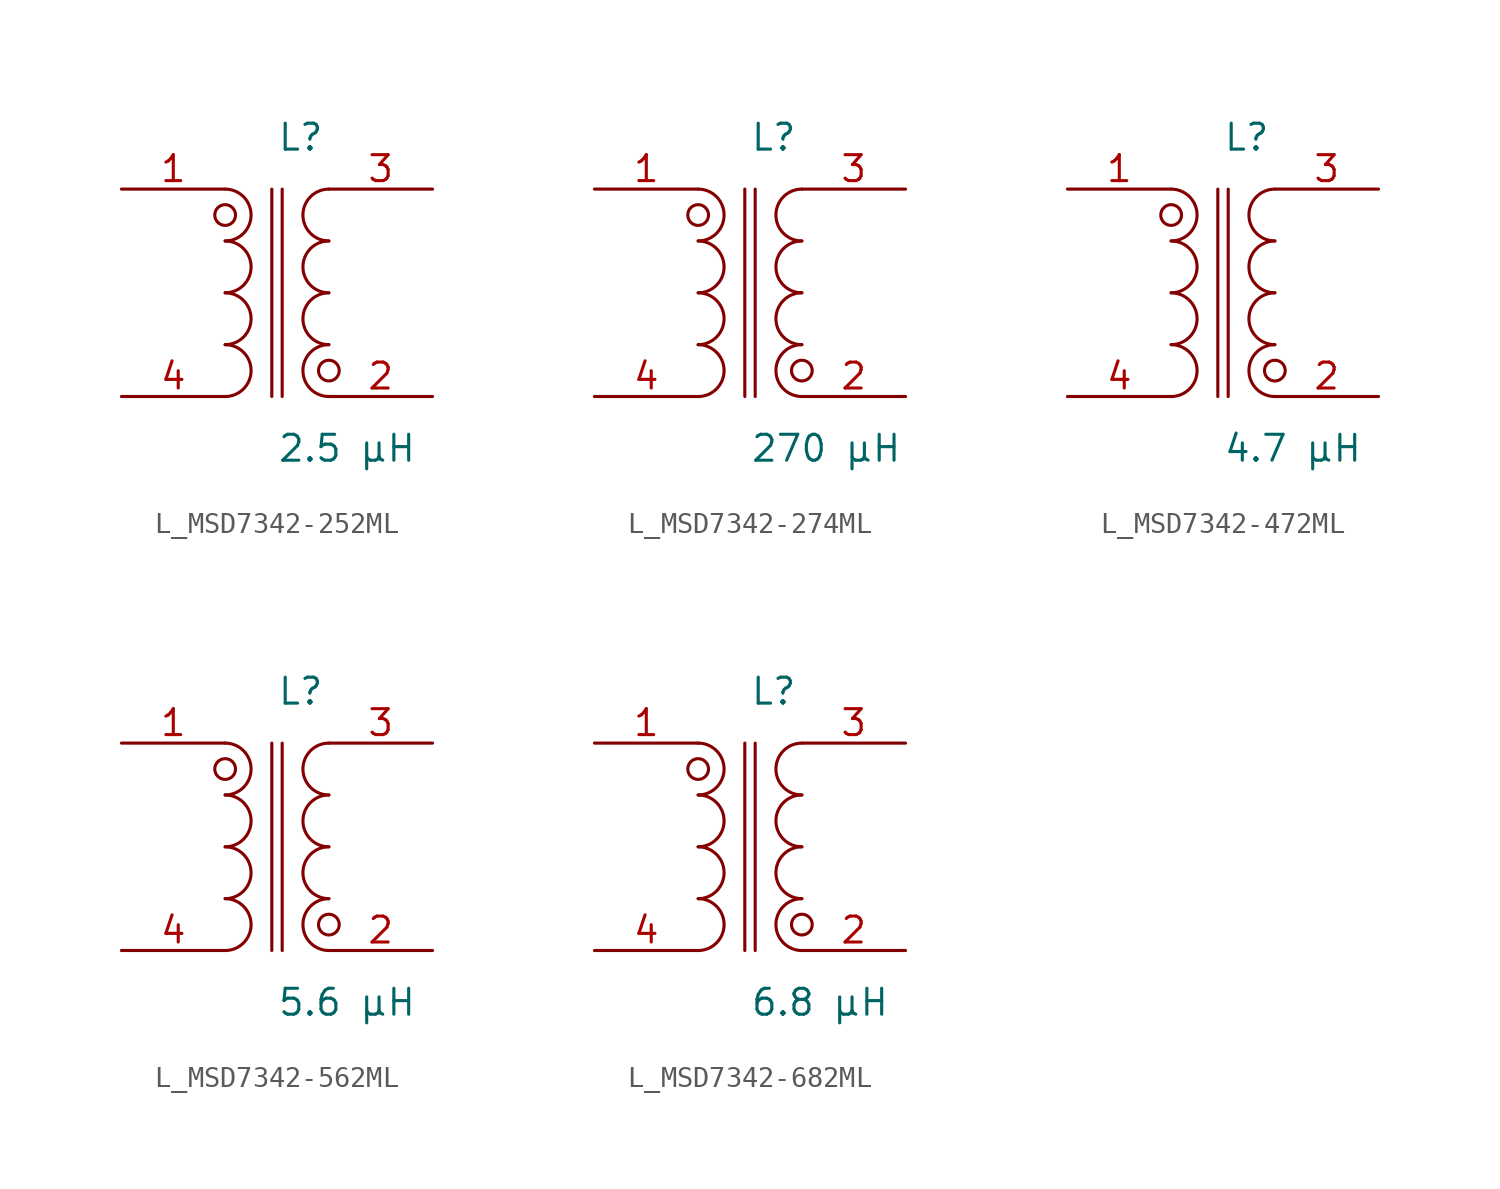
<source format=kicad_sym>
(kicad_symbol_lib
  (version 20231120)
  (generator kicad_symbol_editor)
  (generator_version 8.0)
  (symbol "L_MSD7342-252ML"
    (pin_names
      (offset 0.254))
    (property "Value" "2.5 µH"
      (at 0 -7.62 0)
      (effects (font (size 1.27 1.27)) (justify left)))
    (property "Reference" "L"
      (at 0 7.62 0)
      (effects (font (size 1.27 1.27)) (justify left)))
    (symbol "L_MSD7342-252ML_1_1"
      (arc (start -2.54 -5.08) (mid -1.27 -3.81) (end -2.54 -2.54) (stroke (width 0) (type default)) (fill (type none)))
      (arc (start -2.54 -2.54) (mid -1.27 -1.27) (end -2.54 0.0) (stroke (width 0) (type default)) (fill (type none)))
      (arc (start -2.54 0.0) (mid -1.27 1.27) (end -2.54 2.54) (stroke (width 0) (type default)) (fill (type none)))
      (arc (start -2.54 2.54) (mid -1.27 3.81) (end -2.54 5.08) (stroke (width 0) (type default)) (fill (type none)))
      (arc (start 2.54 5.08) (mid 1.27 3.81) (end 2.54 2.54) (stroke (width 0) (type default)) (fill (type none)))
      (arc (start 2.54 2.54) (mid 1.27 1.27) (end 2.54 0.0) (stroke (width 0) (type default)) (fill (type none)))
      (arc (start 2.54 0.0) (mid 1.27 -1.27) (end 2.54 -2.54) (stroke (width 0) (type default)) (fill (type none)))
      (arc (start 2.54 -2.54) (mid 1.27 -3.81) (end 2.54 -5.08) (stroke (width 0) (type default)) (fill (type none)))
      (circle (center -2.54 3.81) (radius 0.508) (stroke (width 0) (type default)) (fill (type none)))
      (circle (center 2.54 -3.81) (radius 0.508) (stroke (width 0) (type default)) (fill (type none)))
      (polyline (pts (xy -0.254 5.08) (xy -0.254 -5.08)) (stroke (width 0) (type default)) (fill (type none)))
      (polyline (pts (xy 0.254 5.08) (xy 0.254 -5.08)) (stroke (width 0) (type default)) (fill (type none)))
      (pin unspecified line (at -7.62 5.08 0) (length 5.08) (name "" (effects (font (size 1.27 1.27)))) (number "1" (effects (font (size 1.27 1.27)))))
      (pin unspecified line (at -7.62 -5.08 0) (length 5.08) (name "" (effects (font (size 1.27 1.27)))) (number "4" (effects (font (size 1.27 1.27)))))
      (pin unspecified line (at 7.62 5.08 180) (length 5.08) (name "" (effects (font (size 1.27 1.27)))) (number "3" (effects (font (size 1.27 1.27)))))
      (pin unspecified line (at 7.62 -5.08 180) (length 5.08) (name "" (effects (font (size 1.27 1.27)))) (number "2" (effects (font (size 1.27 1.27)))))))
  (symbol "L_MSD7342-274ML"
    (pin_names
      (offset 0.254))
    (property "Value" "270 µH"
      (at 0 -7.62 0)
      (effects (font (size 1.27 1.27)) (justify left)))
    (property "Reference" "L"
      (at 0 7.62 0)
      (effects (font (size 1.27 1.27)) (justify left)))
    (symbol "L_MSD7342-274ML_1_1"
      (arc (start -2.54 -5.08) (mid -1.27 -3.81) (end -2.54 -2.54) (stroke (width 0) (type default)) (fill (type none)))
      (arc (start -2.54 -2.54) (mid -1.27 -1.27) (end -2.54 0.0) (stroke (width 0) (type default)) (fill (type none)))
      (arc (start -2.54 0.0) (mid -1.27 1.27) (end -2.54 2.54) (stroke (width 0) (type default)) (fill (type none)))
      (arc (start -2.54 2.54) (mid -1.27 3.81) (end -2.54 5.08) (stroke (width 0) (type default)) (fill (type none)))
      (arc (start 2.54 5.08) (mid 1.27 3.81) (end 2.54 2.54) (stroke (width 0) (type default)) (fill (type none)))
      (arc (start 2.54 2.54) (mid 1.27 1.27) (end 2.54 0.0) (stroke (width 0) (type default)) (fill (type none)))
      (arc (start 2.54 0.0) (mid 1.27 -1.27) (end 2.54 -2.54) (stroke (width 0) (type default)) (fill (type none)))
      (arc (start 2.54 -2.54) (mid 1.27 -3.81) (end 2.54 -5.08) (stroke (width 0) (type default)) (fill (type none)))
      (circle (center -2.54 3.81) (radius 0.508) (stroke (width 0) (type default)) (fill (type none)))
      (circle (center 2.54 -3.81) (radius 0.508) (stroke (width 0) (type default)) (fill (type none)))
      (polyline (pts (xy -0.254 5.08) (xy -0.254 -5.08)) (stroke (width 0) (type default)) (fill (type none)))
      (polyline (pts (xy 0.254 5.08) (xy 0.254 -5.08)) (stroke (width 0) (type default)) (fill (type none)))
      (pin unspecified line (at -7.62 5.08 0) (length 5.08) (name "" (effects (font (size 1.27 1.27)))) (number "1" (effects (font (size 1.27 1.27)))))
      (pin unspecified line (at -7.62 -5.08 0) (length 5.08) (name "" (effects (font (size 1.27 1.27)))) (number "4" (effects (font (size 1.27 1.27)))))
      (pin unspecified line (at 7.62 5.08 180) (length 5.08) (name "" (effects (font (size 1.27 1.27)))) (number "3" (effects (font (size 1.27 1.27)))))
      (pin unspecified line (at 7.62 -5.08 180) (length 5.08) (name "" (effects (font (size 1.27 1.27)))) (number "2" (effects (font (size 1.27 1.27)))))))
  (symbol "L_MSD7342-472ML"
    (pin_names
      (offset 0.254))
    (property "Value" "4.7 µH"
      (at 0 -7.62 0)
      (effects (font (size 1.27 1.27)) (justify left)))
    (property "Reference" "L"
      (at 0 7.62 0)
      (effects (font (size 1.27 1.27)) (justify left)))
    (symbol "L_MSD7342-472ML_1_1"
      (arc (start -2.54 -5.08) (mid -1.27 -3.81) (end -2.54 -2.54) (stroke (width 0) (type default)) (fill (type none)))
      (arc (start -2.54 -2.54) (mid -1.27 -1.27) (end -2.54 0.0) (stroke (width 0) (type default)) (fill (type none)))
      (arc (start -2.54 0.0) (mid -1.27 1.27) (end -2.54 2.54) (stroke (width 0) (type default)) (fill (type none)))
      (arc (start -2.54 2.54) (mid -1.27 3.81) (end -2.54 5.08) (stroke (width 0) (type default)) (fill (type none)))
      (arc (start 2.54 5.08) (mid 1.27 3.81) (end 2.54 2.54) (stroke (width 0) (type default)) (fill (type none)))
      (arc (start 2.54 2.54) (mid 1.27 1.27) (end 2.54 0.0) (stroke (width 0) (type default)) (fill (type none)))
      (arc (start 2.54 0.0) (mid 1.27 -1.27) (end 2.54 -2.54) (stroke (width 0) (type default)) (fill (type none)))
      (arc (start 2.54 -2.54) (mid 1.27 -3.81) (end 2.54 -5.08) (stroke (width 0) (type default)) (fill (type none)))
      (circle (center -2.54 3.81) (radius 0.508) (stroke (width 0) (type default)) (fill (type none)))
      (circle (center 2.54 -3.81) (radius 0.508) (stroke (width 0) (type default)) (fill (type none)))
      (polyline (pts (xy -0.254 5.08) (xy -0.254 -5.08)) (stroke (width 0) (type default)) (fill (type none)))
      (polyline (pts (xy 0.254 5.08) (xy 0.254 -5.08)) (stroke (width 0) (type default)) (fill (type none)))
      (pin unspecified line (at -7.62 5.08 0) (length 5.08) (name "" (effects (font (size 1.27 1.27)))) (number "1" (effects (font (size 1.27 1.27)))))
      (pin unspecified line (at -7.62 -5.08 0) (length 5.08) (name "" (effects (font (size 1.27 1.27)))) (number "4" (effects (font (size 1.27 1.27)))))
      (pin unspecified line (at 7.62 5.08 180) (length 5.08) (name "" (effects (font (size 1.27 1.27)))) (number "3" (effects (font (size 1.27 1.27)))))
      (pin unspecified line (at 7.62 -5.08 180) (length 5.08) (name "" (effects (font (size 1.27 1.27)))) (number "2" (effects (font (size 1.27 1.27)))))))
  (symbol "L_MSD7342-562ML"
    (pin_names
      (offset 0.254))
    (property "Value" "5.6 µH"
      (at 0 -7.62 0)
      (effects (font (size 1.27 1.27)) (justify left)))
    (property "Reference" "L"
      (at 0 7.62 0)
      (effects (font (size 1.27 1.27)) (justify left)))
    (symbol "L_MSD7342-562ML_1_1"
      (arc (start -2.54 -5.08) (mid -1.27 -3.81) (end -2.54 -2.54) (stroke (width 0) (type default)) (fill (type none)))
      (arc (start -2.54 -2.54) (mid -1.27 -1.27) (end -2.54 0.0) (stroke (width 0) (type default)) (fill (type none)))
      (arc (start -2.54 0.0) (mid -1.27 1.27) (end -2.54 2.54) (stroke (width 0) (type default)) (fill (type none)))
      (arc (start -2.54 2.54) (mid -1.27 3.81) (end -2.54 5.08) (stroke (width 0) (type default)) (fill (type none)))
      (arc (start 2.54 5.08) (mid 1.27 3.81) (end 2.54 2.54) (stroke (width 0) (type default)) (fill (type none)))
      (arc (start 2.54 2.54) (mid 1.27 1.27) (end 2.54 0.0) (stroke (width 0) (type default)) (fill (type none)))
      (arc (start 2.54 0.0) (mid 1.27 -1.27) (end 2.54 -2.54) (stroke (width 0) (type default)) (fill (type none)))
      (arc (start 2.54 -2.54) (mid 1.27 -3.81) (end 2.54 -5.08) (stroke (width 0) (type default)) (fill (type none)))
      (circle (center -2.54 3.81) (radius 0.508) (stroke (width 0) (type default)) (fill (type none)))
      (circle (center 2.54 -3.81) (radius 0.508) (stroke (width 0) (type default)) (fill (type none)))
      (polyline (pts (xy -0.254 5.08) (xy -0.254 -5.08)) (stroke (width 0) (type default)) (fill (type none)))
      (polyline (pts (xy 0.254 5.08) (xy 0.254 -5.08)) (stroke (width 0) (type default)) (fill (type none)))
      (pin unspecified line (at -7.62 5.08 0) (length 5.08) (name "" (effects (font (size 1.27 1.27)))) (number "1" (effects (font (size 1.27 1.27)))))
      (pin unspecified line (at -7.62 -5.08 0) (length 5.08) (name "" (effects (font (size 1.27 1.27)))) (number "4" (effects (font (size 1.27 1.27)))))
      (pin unspecified line (at 7.62 5.08 180) (length 5.08) (name "" (effects (font (size 1.27 1.27)))) (number "3" (effects (font (size 1.27 1.27)))))
      (pin unspecified line (at 7.62 -5.08 180) (length 5.08) (name "" (effects (font (size 1.27 1.27)))) (number "2" (effects (font (size 1.27 1.27)))))))
  (symbol "L_MSD7342-682ML"
    (pin_names
      (offset 0.254))
    (property "Value" "6.8 µH"
      (at 0 -7.62 0)
      (effects (font (size 1.27 1.27)) (justify left)))
    (property "Reference" "L"
      (at 0 7.62 0)
      (effects (font (size 1.27 1.27)) (justify left)))
    (symbol "L_MSD7342-682ML_1_1"
      (arc (start -2.54 -5.08) (mid -1.27 -3.81) (end -2.54 -2.54) (stroke (width 0) (type default)) (fill (type none)))
      (arc (start -2.54 -2.54) (mid -1.27 -1.27) (end -2.54 0.0) (stroke (width 0) (type default)) (fill (type none)))
      (arc (start -2.54 0.0) (mid -1.27 1.27) (end -2.54 2.54) (stroke (width 0) (type default)) (fill (type none)))
      (arc (start -2.54 2.54) (mid -1.27 3.81) (end -2.54 5.08) (stroke (width 0) (type default)) (fill (type none)))
      (arc (start 2.54 5.08) (mid 1.27 3.81) (end 2.54 2.54) (stroke (width 0) (type default)) (fill (type none)))
      (arc (start 2.54 2.54) (mid 1.27 1.27) (end 2.54 0.0) (stroke (width 0) (type default)) (fill (type none)))
      (arc (start 2.54 0.0) (mid 1.27 -1.27) (end 2.54 -2.54) (stroke (width 0) (type default)) (fill (type none)))
      (arc (start 2.54 -2.54) (mid 1.27 -3.81) (end 2.54 -5.08) (stroke (width 0) (type default)) (fill (type none)))
      (circle (center -2.54 3.81) (radius 0.508) (stroke (width 0) (type default)) (fill (type none)))
      (circle (center 2.54 -3.81) (radius 0.508) (stroke (width 0) (type default)) (fill (type none)))
      (polyline (pts (xy -0.254 5.08) (xy -0.254 -5.08)) (stroke (width 0) (type default)) (fill (type none)))
      (polyline (pts (xy 0.254 5.08) (xy 0.254 -5.08)) (stroke (width 0) (type default)) (fill (type none)))
      (pin unspecified line (at -7.62 5.08 0) (length 5.08) (name "" (effects (font (size 1.27 1.27)))) (number "1" (effects (font (size 1.27 1.27)))))
      (pin unspecified line (at -7.62 -5.08 0) (length 5.08) (name "" (effects (font (size 1.27 1.27)))) (number "4" (effects (font (size 1.27 1.27)))))
      (pin unspecified line (at 7.62 5.08 180) (length 5.08) (name "" (effects (font (size 1.27 1.27)))) (number "3" (effects (font (size 1.27 1.27)))))
      (pin unspecified line (at 7.62 -5.08 180) (length 5.08) (name "" (effects (font (size 1.27 1.27)))) (number "2" (effects (font (size 1.27 1.27))))))))
</source>
